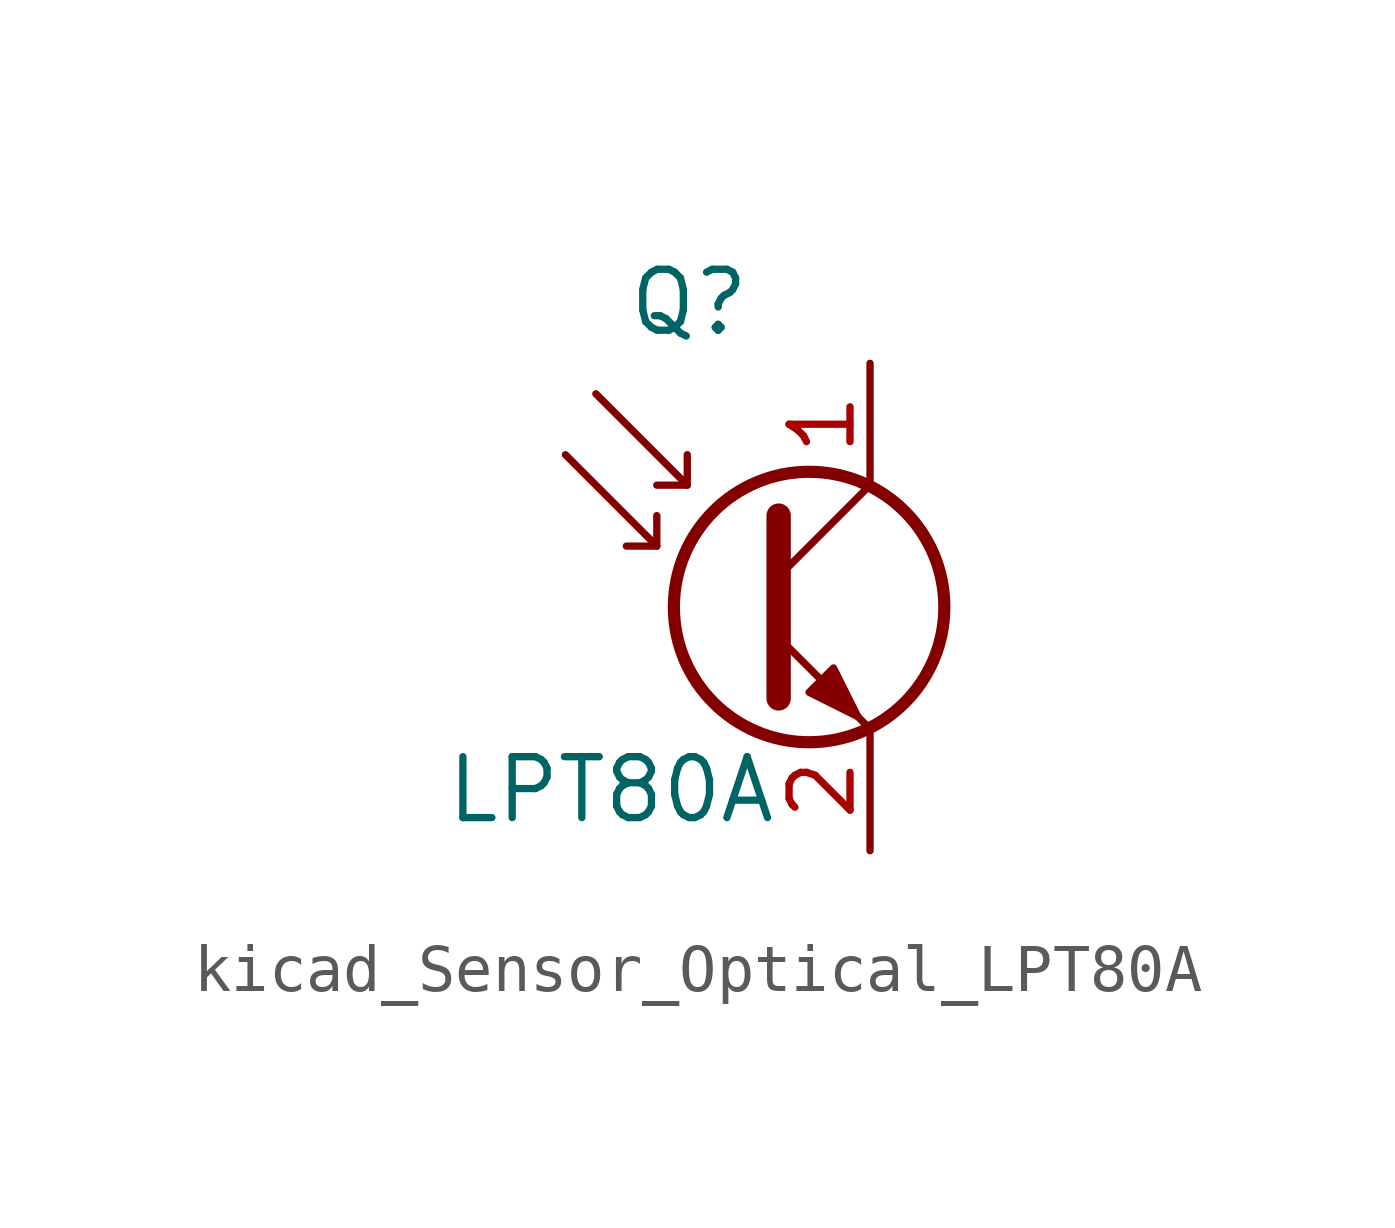
<source format=kicad_sym>
(kicad_symbol_lib
  (version 20220914)
  (generator kicad_symbol_editor)
  (symbol "kicad_Sensor_Optical_LPT80A"
    (pin_names hide)
    (property "Reference" "Q"
      (at -5.08 6.35 0)
      (effects (font (size 1.27 1.27)) (justify left)))
    (property "Value" "LPT80A"
      (at -8.89 -3.81 0)
      (effects (font (size 1.27 1.27)) (justify left)))
    (symbol "kicad_Sensor_Optical_LPT80A_0_1"
      (circle (center -1.27 0) (radius 2.819) (stroke (width 0.254) (type default)) (fill (type none)))
      (polyline (pts (xy -4.445 1.27) (xy -5.08 1.27)) (stroke (width 0) (type default)) (fill (type none)))
      (polyline (pts (xy -3.81 2.54) (xy -4.445 2.54)) (stroke (width 0) (type default)) (fill (type none)))
      (polyline (pts (xy -1.905 0.635) (xy 0 2.54)) (stroke (width 0) (type default)) (fill (type none)))
      (polyline (pts (xy -6.35 3.175) (xy -4.445 1.27) (xy -4.445 1.905)) (stroke (width 0) (type default)) (fill (type none)))
      (polyline (pts (xy -5.715 4.445) (xy -3.81 2.54) (xy -3.81 3.175)) (stroke (width 0) (type default)) (fill (type none)))
      (polyline (pts (xy -1.905 -0.635) (xy 0 -2.54) (xy 0 -2.54)) (stroke (width 0) (type default)) (fill (type none)))
      (polyline (pts (xy -1.905 1.905) (xy -1.905 -1.905) (xy -1.905 -1.905)) (stroke (width 0.508) (type default)) (fill (type none)))
      (polyline (pts (xy -1.27 -1.778) (xy -0.762 -1.27) (xy -0.254 -2.286) (xy -1.27 -1.778) (xy -1.27 -1.778)) (stroke (width 0) (type default)) (fill (type outline))))
    (symbol "kicad_Sensor_Optical_LPT80A_1_1"
      (pin passive line (at 0 5.08 270) (length 2.54) (name "C" (effects (font (size 1.27 1.27)))) (number "1" (effects (font (size 1.27 1.27)))))
      (pin passive line (at 0 -5.08 90) (length 2.54) (name "E" (effects (font (size 1.27 1.27)))) (number "2" (effects (font (size 1.27 1.27))))))))
</source>
